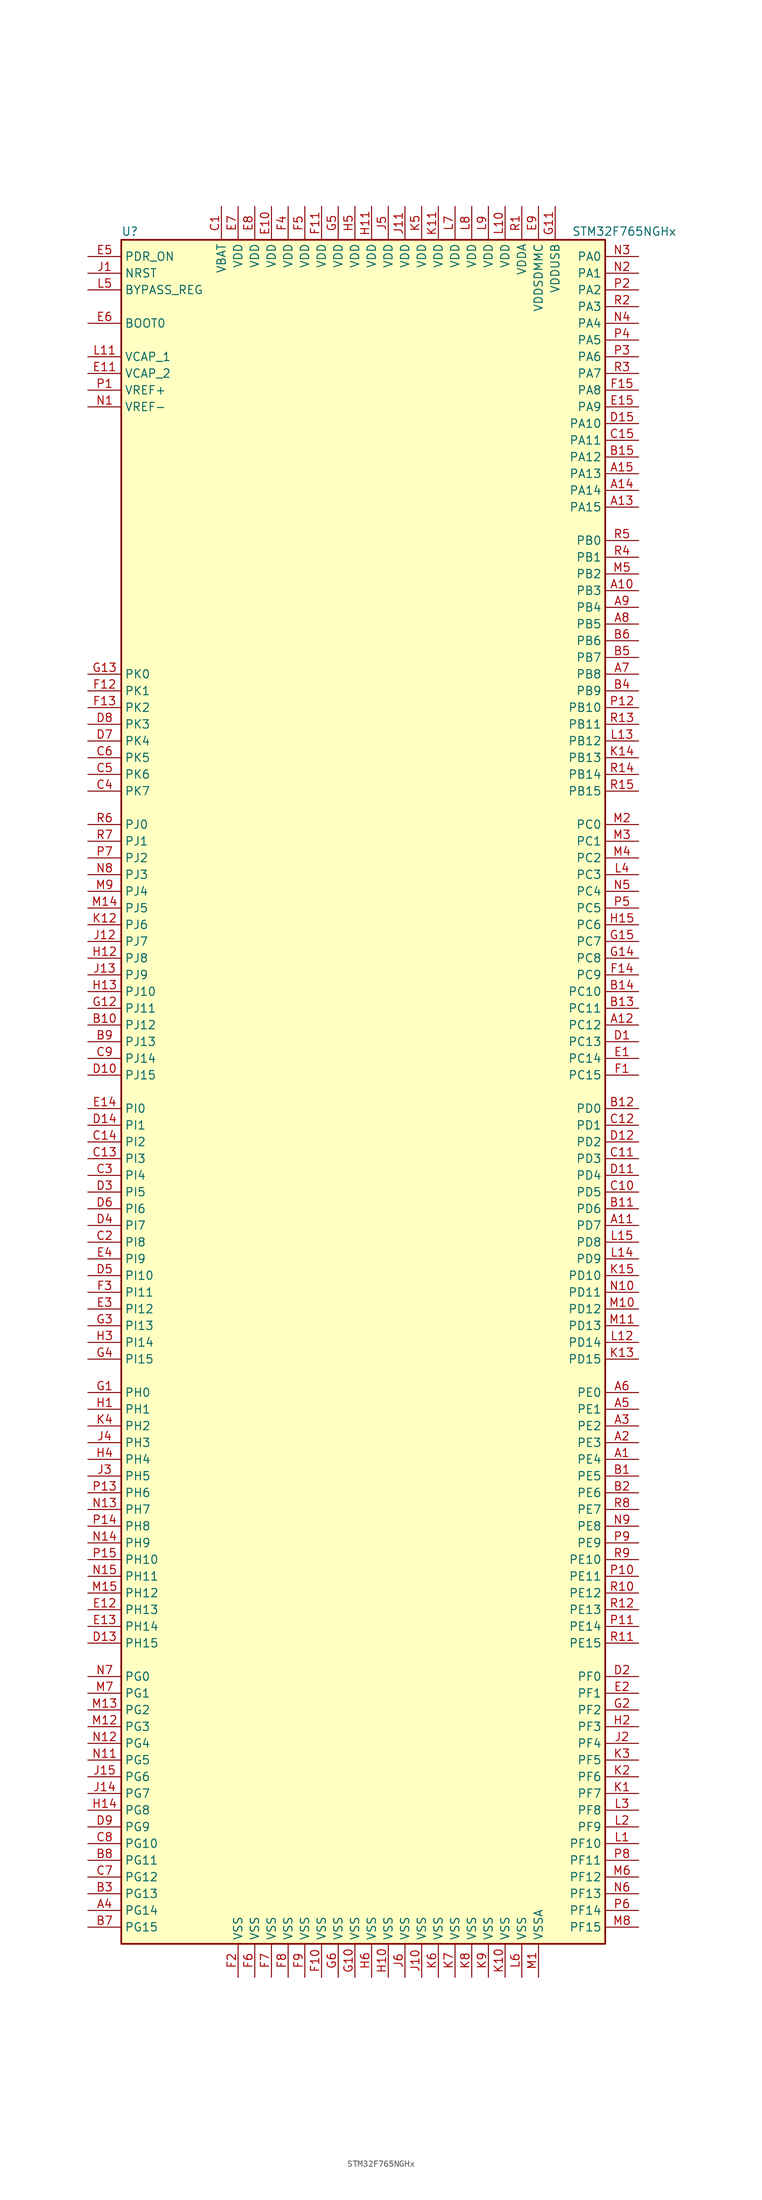
<source format=kicad_sym>
(kicad_symbol_lib
  (version 20201005)
  (generator kicad_symbol_editor)
  (symbol "STM32F765NGHx"
    (property "Reference" "U"
      (at -38.1 130.81 0)
      (effects (font (size 1.27 1.27)) (justify left)))
    (property "Value" "STM32F765NGHx"
      (at 30.48 130.81 0)
      (effects (font (size 1.27 1.27)) (justify left)))
    (symbol "STM32F765NGHx_0_1"
      (rectangle (start -38.1 -129.54) (end 35.56 129.54) (stroke (width 0.254)) (fill (type background))))
    (symbol "STM32F765NGHx_1_1"
      (pin bidirectional line (at 40.64 -55.88 180) (length 5.08) (name "PE4" (effects (font (size 1.27 1.27)))) (number "A1" (effects (font (size 1.27 1.27)))))
      (pin bidirectional line (at 40.64 76.2 180) (length 5.08) (name "PB3" (effects (font (size 1.27 1.27)))) (number "A10" (effects (font (size 1.27 1.27)))))
      (pin bidirectional line (at 40.64 -20.32 180) (length 5.08) (name "PD7" (effects (font (size 1.27 1.27)))) (number "A11" (effects (font (size 1.27 1.27)))))
      (pin bidirectional line (at 40.64 10.16 180) (length 5.08) (name "PC12" (effects (font (size 1.27 1.27)))) (number "A12" (effects (font (size 1.27 1.27)))))
      (pin bidirectional line (at 40.64 88.9 180) (length 5.08) (name "PA15" (effects (font (size 1.27 1.27)))) (number "A13" (effects (font (size 1.27 1.27)))))
      (pin bidirectional line (at 40.64 91.44 180) (length 5.08) (name "PA14" (effects (font (size 1.27 1.27)))) (number "A14" (effects (font (size 1.27 1.27)))))
      (pin bidirectional line (at 40.64 93.98 180) (length 5.08) (name "PA13" (effects (font (size 1.27 1.27)))) (number "A15" (effects (font (size 1.27 1.27)))))
      (pin bidirectional line (at 40.64 -53.34 180) (length 5.08) (name "PE3" (effects (font (size 1.27 1.27)))) (number "A2" (effects (font (size 1.27 1.27)))))
      (pin bidirectional line (at 40.64 -50.8 180) (length 5.08) (name "PE2" (effects (font (size 1.27 1.27)))) (number "A3" (effects (font (size 1.27 1.27)))))
      (pin bidirectional line (at -43.18 -124.46 0) (length 5.08) (name "PG14" (effects (font (size 1.27 1.27)))) (number "A4" (effects (font (size 1.27 1.27)))))
      (pin bidirectional line (at 40.64 -48.26 180) (length 5.08) (name "PE1" (effects (font (size 1.27 1.27)))) (number "A5" (effects (font (size 1.27 1.27)))))
      (pin bidirectional line (at 40.64 -45.72 180) (length 5.08) (name "PE0" (effects (font (size 1.27 1.27)))) (number "A6" (effects (font (size 1.27 1.27)))))
      (pin bidirectional line (at 40.64 63.5 180) (length 5.08) (name "PB8" (effects (font (size 1.27 1.27)))) (number "A7" (effects (font (size 1.27 1.27)))))
      (pin bidirectional line (at 40.64 71.12 180) (length 5.08) (name "PB5" (effects (font (size 1.27 1.27)))) (number "A8" (effects (font (size 1.27 1.27)))))
      (pin bidirectional line (at 40.64 73.66 180) (length 5.08) (name "PB4" (effects (font (size 1.27 1.27)))) (number "A9" (effects (font (size 1.27 1.27)))))
      (pin bidirectional line (at 40.64 -58.42 180) (length 5.08) (name "PE5" (effects (font (size 1.27 1.27)))) (number "B1" (effects (font (size 1.27 1.27)))))
      (pin bidirectional line (at -43.18 10.16 0) (length 5.08) (name "PJ12" (effects (font (size 1.27 1.27)))) (number "B10" (effects (font (size 1.27 1.27)))))
      (pin bidirectional line (at 40.64 -17.78 180) (length 5.08) (name "PD6" (effects (font (size 1.27 1.27)))) (number "B11" (effects (font (size 1.27 1.27)))))
      (pin bidirectional line (at 40.64 -2.54 180) (length 5.08) (name "PD0" (effects (font (size 1.27 1.27)))) (number "B12" (effects (font (size 1.27 1.27)))))
      (pin bidirectional line (at 40.64 12.7 180) (length 5.08) (name "PC11" (effects (font (size 1.27 1.27)))) (number "B13" (effects (font (size 1.27 1.27)))))
      (pin bidirectional line (at 40.64 15.24 180) (length 5.08) (name "PC10" (effects (font (size 1.27 1.27)))) (number "B14" (effects (font (size 1.27 1.27)))))
      (pin bidirectional line (at 40.64 96.52 180) (length 5.08) (name "PA12" (effects (font (size 1.27 1.27)))) (number "B15" (effects (font (size 1.27 1.27)))))
      (pin bidirectional line (at 40.64 -60.96 180) (length 5.08) (name "PE6" (effects (font (size 1.27 1.27)))) (number "B2" (effects (font (size 1.27 1.27)))))
      (pin bidirectional line (at -43.18 -121.92 0) (length 5.08) (name "PG13" (effects (font (size 1.27 1.27)))) (number "B3" (effects (font (size 1.27 1.27)))))
      (pin bidirectional line (at 40.64 60.96 180) (length 5.08) (name "PB9" (effects (font (size 1.27 1.27)))) (number "B4" (effects (font (size 1.27 1.27)))))
      (pin bidirectional line (at 40.64 66.04 180) (length 5.08) (name "PB7" (effects (font (size 1.27 1.27)))) (number "B5" (effects (font (size 1.27 1.27)))))
      (pin bidirectional line (at 40.64 68.58 180) (length 5.08) (name "PB6" (effects (font (size 1.27 1.27)))) (number "B6" (effects (font (size 1.27 1.27)))))
      (pin bidirectional line (at -43.18 -127 0) (length 5.08) (name "PG15" (effects (font (size 1.27 1.27)))) (number "B7" (effects (font (size 1.27 1.27)))))
      (pin bidirectional line (at -43.18 -116.84 0) (length 5.08) (name "PG11" (effects (font (size 1.27 1.27)))) (number "B8" (effects (font (size 1.27 1.27)))))
      (pin bidirectional line (at -43.18 7.62 0) (length 5.08) (name "PJ13" (effects (font (size 1.27 1.27)))) (number "B9" (effects (font (size 1.27 1.27)))))
      (pin power_in line (at -22.86 134.62 270) (length 5.08) (name "VBAT" (effects (font (size 1.27 1.27)))) (number "C1" (effects (font (size 1.27 1.27)))))
      (pin bidirectional line (at 40.64 -15.24 180) (length 5.08) (name "PD5" (effects (font (size 1.27 1.27)))) (number "C10" (effects (font (size 1.27 1.27)))))
      (pin bidirectional line (at 40.64 -10.16 180) (length 5.08) (name "PD3" (effects (font (size 1.27 1.27)))) (number "C11" (effects (font (size 1.27 1.27)))))
      (pin bidirectional line (at 40.64 -5.08 180) (length 5.08) (name "PD1" (effects (font (size 1.27 1.27)))) (number "C12" (effects (font (size 1.27 1.27)))))
      (pin bidirectional line (at -43.18 -10.16 0) (length 5.08) (name "PI3" (effects (font (size 1.27 1.27)))) (number "C13" (effects (font (size 1.27 1.27)))))
      (pin bidirectional line (at -43.18 -7.62 0) (length 5.08) (name "PI2" (effects (font (size 1.27 1.27)))) (number "C14" (effects (font (size 1.27 1.27)))))
      (pin bidirectional line (at 40.64 99.06 180) (length 5.08) (name "PA11" (effects (font (size 1.27 1.27)))) (number "C15" (effects (font (size 1.27 1.27)))))
      (pin bidirectional line (at -43.18 -22.86 0) (length 5.08) (name "PI8" (effects (font (size 1.27 1.27)))) (number "C2" (effects (font (size 1.27 1.27)))))
      (pin bidirectional line (at -43.18 -12.7 0) (length 5.08) (name "PI4" (effects (font (size 1.27 1.27)))) (number "C3" (effects (font (size 1.27 1.27)))))
      (pin bidirectional line (at -43.18 45.72 0) (length 5.08) (name "PK7" (effects (font (size 1.27 1.27)))) (number "C4" (effects (font (size 1.27 1.27)))))
      (pin bidirectional line (at -43.18 48.26 0) (length 5.08) (name "PK6" (effects (font (size 1.27 1.27)))) (number "C5" (effects (font (size 1.27 1.27)))))
      (pin bidirectional line (at -43.18 50.8 0) (length 5.08) (name "PK5" (effects (font (size 1.27 1.27)))) (number "C6" (effects (font (size 1.27 1.27)))))
      (pin bidirectional line (at -43.18 -119.38 0) (length 5.08) (name "PG12" (effects (font (size 1.27 1.27)))) (number "C7" (effects (font (size 1.27 1.27)))))
      (pin bidirectional line (at -43.18 -114.3 0) (length 5.08) (name "PG10" (effects (font (size 1.27 1.27)))) (number "C8" (effects (font (size 1.27 1.27)))))
      (pin bidirectional line (at -43.18 5.08 0) (length 5.08) (name "PJ14" (effects (font (size 1.27 1.27)))) (number "C9" (effects (font (size 1.27 1.27)))))
      (pin bidirectional line (at 40.64 7.62 180) (length 5.08) (name "PC13" (effects (font (size 1.27 1.27)))) (number "D1" (effects (font (size 1.27 1.27)))))
      (pin bidirectional line (at -43.18 2.54 0) (length 5.08) (name "PJ15" (effects (font (size 1.27 1.27)))) (number "D10" (effects (font (size 1.27 1.27)))))
      (pin bidirectional line (at 40.64 -12.7 180) (length 5.08) (name "PD4" (effects (font (size 1.27 1.27)))) (number "D11" (effects (font (size 1.27 1.27)))))
      (pin bidirectional line (at 40.64 -7.62 180) (length 5.08) (name "PD2" (effects (font (size 1.27 1.27)))) (number "D12" (effects (font (size 1.27 1.27)))))
      (pin bidirectional line (at -43.18 -83.82 0) (length 5.08) (name "PH15" (effects (font (size 1.27 1.27)))) (number "D13" (effects (font (size 1.27 1.27)))))
      (pin bidirectional line (at -43.18 -5.08 0) (length 5.08) (name "PI1" (effects (font (size 1.27 1.27)))) (number "D14" (effects (font (size 1.27 1.27)))))
      (pin bidirectional line (at 40.64 101.6 180) (length 5.08) (name "PA10" (effects (font (size 1.27 1.27)))) (number "D15" (effects (font (size 1.27 1.27)))))
      (pin bidirectional line (at 40.64 -88.9 180) (length 5.08) (name "PF0" (effects (font (size 1.27 1.27)))) (number "D2" (effects (font (size 1.27 1.27)))))
      (pin bidirectional line (at -43.18 -15.24 0) (length 5.08) (name "PI5" (effects (font (size 1.27 1.27)))) (number "D3" (effects (font (size 1.27 1.27)))))
      (pin bidirectional line (at -43.18 -20.32 0) (length 5.08) (name "PI7" (effects (font (size 1.27 1.27)))) (number "D4" (effects (font (size 1.27 1.27)))))
      (pin bidirectional line (at -43.18 -27.94 0) (length 5.08) (name "PI10" (effects (font (size 1.27 1.27)))) (number "D5" (effects (font (size 1.27 1.27)))))
      (pin bidirectional line (at -43.18 -17.78 0) (length 5.08) (name "PI6" (effects (font (size 1.27 1.27)))) (number "D6" (effects (font (size 1.27 1.27)))))
      (pin bidirectional line (at -43.18 53.34 0) (length 5.08) (name "PK4" (effects (font (size 1.27 1.27)))) (number "D7" (effects (font (size 1.27 1.27)))))
      (pin bidirectional line (at -43.18 55.88 0) (length 5.08) (name "PK3" (effects (font (size 1.27 1.27)))) (number "D8" (effects (font (size 1.27 1.27)))))
      (pin bidirectional line (at -43.18 -111.76 0) (length 5.08) (name "PG9" (effects (font (size 1.27 1.27)))) (number "D9" (effects (font (size 1.27 1.27)))))
      (pin bidirectional line (at 40.64 5.08 180) (length 5.08) (name "PC14" (effects (font (size 1.27 1.27)))) (number "E1" (effects (font (size 1.27 1.27)))))
      (pin power_in line (at -15.24 134.62 270) (length 5.08) (name "VDD" (effects (font (size 1.27 1.27)))) (number "E10" (effects (font (size 1.27 1.27)))))
      (pin power_in line (at -43.18 109.22 0) (length 5.08) (name "VCAP_2" (effects (font (size 1.27 1.27)))) (number "E11" (effects (font (size 1.27 1.27)))))
      (pin bidirectional line (at -43.18 -78.74 0) (length 5.08) (name "PH13" (effects (font (size 1.27 1.27)))) (number "E12" (effects (font (size 1.27 1.27)))))
      (pin bidirectional line (at -43.18 -81.28 0) (length 5.08) (name "PH14" (effects (font (size 1.27 1.27)))) (number "E13" (effects (font (size 1.27 1.27)))))
      (pin bidirectional line (at -43.18 -2.54 0) (length 5.08) (name "PI0" (effects (font (size 1.27 1.27)))) (number "E14" (effects (font (size 1.27 1.27)))))
      (pin bidirectional line (at 40.64 104.14 180) (length 5.08) (name "PA9" (effects (font (size 1.27 1.27)))) (number "E15" (effects (font (size 1.27 1.27)))))
      (pin bidirectional line (at 40.64 -91.44 180) (length 5.08) (name "PF1" (effects (font (size 1.27 1.27)))) (number "E2" (effects (font (size 1.27 1.27)))))
      (pin bidirectional line (at -43.18 -33.02 0) (length 5.08) (name "PI12" (effects (font (size 1.27 1.27)))) (number "E3" (effects (font (size 1.27 1.27)))))
      (pin bidirectional line (at -43.18 -25.4 0) (length 5.08) (name "PI9" (effects (font (size 1.27 1.27)))) (number "E4" (effects (font (size 1.27 1.27)))))
      (pin input line (at -43.18 127 0) (length 5.08) (name "PDR_ON" (effects (font (size 1.27 1.27)))) (number "E5" (effects (font (size 1.27 1.27)))))
      (pin input line (at -43.18 116.84 0) (length 5.08) (name "BOOT0" (effects (font (size 1.27 1.27)))) (number "E6" (effects (font (size 1.27 1.27)))))
      (pin power_in line (at -20.32 134.62 270) (length 5.08) (name "VDD" (effects (font (size 1.27 1.27)))) (number "E7" (effects (font (size 1.27 1.27)))))
      (pin power_in line (at -17.78 134.62 270) (length 5.08) (name "VDD" (effects (font (size 1.27 1.27)))) (number "E8" (effects (font (size 1.27 1.27)))))
      (pin power_in line (at 25.4 134.62 270) (length 5.08) (name "VDDSDMMC" (effects (font (size 1.27 1.27)))) (number "E9" (effects (font (size 1.27 1.27)))))
      (pin bidirectional line (at 40.64 2.54 180) (length 5.08) (name "PC15" (effects (font (size 1.27 1.27)))) (number "F1" (effects (font (size 1.27 1.27)))))
      (pin power_in line (at -7.62 -134.62 90) (length 5.08) (name "VSS" (effects (font (size 1.27 1.27)))) (number "F10" (effects (font (size 1.27 1.27)))))
      (pin power_in line (at -7.62 134.62 270) (length 5.08) (name "VDD" (effects (font (size 1.27 1.27)))) (number "F11" (effects (font (size 1.27 1.27)))))
      (pin bidirectional line (at -43.18 60.96 0) (length 5.08) (name "PK1" (effects (font (size 1.27 1.27)))) (number "F12" (effects (font (size 1.27 1.27)))))
      (pin bidirectional line (at -43.18 58.42 0) (length 5.08) (name "PK2" (effects (font (size 1.27 1.27)))) (number "F13" (effects (font (size 1.27 1.27)))))
      (pin bidirectional line (at 40.64 17.78 180) (length 5.08) (name "PC9" (effects (font (size 1.27 1.27)))) (number "F14" (effects (font (size 1.27 1.27)))))
      (pin bidirectional line (at 40.64 106.68 180) (length 5.08) (name "PA8" (effects (font (size 1.27 1.27)))) (number "F15" (effects (font (size 1.27 1.27)))))
      (pin power_in line (at -20.32 -134.62 90) (length 5.08) (name "VSS" (effects (font (size 1.27 1.27)))) (number "F2" (effects (font (size 1.27 1.27)))))
      (pin bidirectional line (at -43.18 -30.48 0) (length 5.08) (name "PI11" (effects (font (size 1.27 1.27)))) (number "F3" (effects (font (size 1.27 1.27)))))
      (pin power_in line (at -12.7 134.62 270) (length 5.08) (name "VDD" (effects (font (size 1.27 1.27)))) (number "F4" (effects (font (size 1.27 1.27)))))
      (pin power_in line (at -10.16 134.62 270) (length 5.08) (name "VDD" (effects (font (size 1.27 1.27)))) (number "F5" (effects (font (size 1.27 1.27)))))
      (pin power_in line (at -17.78 -134.62 90) (length 5.08) (name "VSS" (effects (font (size 1.27 1.27)))) (number "F6" (effects (font (size 1.27 1.27)))))
      (pin power_in line (at -15.24 -134.62 90) (length 5.08) (name "VSS" (effects (font (size 1.27 1.27)))) (number "F7" (effects (font (size 1.27 1.27)))))
      (pin power_in line (at -12.7 -134.62 90) (length 5.08) (name "VSS" (effects (font (size 1.27 1.27)))) (number "F8" (effects (font (size 1.27 1.27)))))
      (pin power_in line (at -10.16 -134.62 90) (length 5.08) (name "VSS" (effects (font (size 1.27 1.27)))) (number "F9" (effects (font (size 1.27 1.27)))))
      (pin input line (at -43.18 -45.72 0) (length 5.08) (name "PH0" (effects (font (size 1.27 1.27)))) (number "G1" (effects (font (size 1.27 1.27)))))
      (pin power_in line (at -2.54 -134.62 90) (length 5.08) (name "VSS" (effects (font (size 1.27 1.27)))) (number "G10" (effects (font (size 1.27 1.27)))))
      (pin power_in line (at 27.94 134.62 270) (length 5.08) (name "VDDUSB" (effects (font (size 1.27 1.27)))) (number "G11" (effects (font (size 1.27 1.27)))))
      (pin bidirectional line (at -43.18 12.7 0) (length 5.08) (name "PJ11" (effects (font (size 1.27 1.27)))) (number "G12" (effects (font (size 1.27 1.27)))))
      (pin bidirectional line (at -43.18 63.5 0) (length 5.08) (name "PK0" (effects (font (size 1.27 1.27)))) (number "G13" (effects (font (size 1.27 1.27)))))
      (pin bidirectional line (at 40.64 20.32 180) (length 5.08) (name "PC8" (effects (font (size 1.27 1.27)))) (number "G14" (effects (font (size 1.27 1.27)))))
      (pin bidirectional line (at 40.64 22.86 180) (length 5.08) (name "PC7" (effects (font (size 1.27 1.27)))) (number "G15" (effects (font (size 1.27 1.27)))))
      (pin bidirectional line (at 40.64 -93.98 180) (length 5.08) (name "PF2" (effects (font (size 1.27 1.27)))) (number "G2" (effects (font (size 1.27 1.27)))))
      (pin bidirectional line (at -43.18 -35.56 0) (length 5.08) (name "PI13" (effects (font (size 1.27 1.27)))) (number "G3" (effects (font (size 1.27 1.27)))))
      (pin bidirectional line (at -43.18 -40.64 0) (length 5.08) (name "PI15" (effects (font (size 1.27 1.27)))) (number "G4" (effects (font (size 1.27 1.27)))))
      (pin power_in line (at -5.08 134.62 270) (length 5.08) (name "VDD" (effects (font (size 1.27 1.27)))) (number "G5" (effects (font (size 1.27 1.27)))))
      (pin power_in line (at -5.08 -134.62 90) (length 5.08) (name "VSS" (effects (font (size 1.27 1.27)))) (number "G6" (effects (font (size 1.27 1.27)))))
      (pin input line (at -43.18 -48.26 0) (length 5.08) (name "PH1" (effects (font (size 1.27 1.27)))) (number "H1" (effects (font (size 1.27 1.27)))))
      (pin power_in line (at 2.54 -134.62 90) (length 5.08) (name "VSS" (effects (font (size 1.27 1.27)))) (number "H10" (effects (font (size 1.27 1.27)))))
      (pin power_in line (at 0 134.62 270) (length 5.08) (name "VDD" (effects (font (size 1.27 1.27)))) (number "H11" (effects (font (size 1.27 1.27)))))
      (pin bidirectional line (at -43.18 20.32 0) (length 5.08) (name "PJ8" (effects (font (size 1.27 1.27)))) (number "H12" (effects (font (size 1.27 1.27)))))
      (pin bidirectional line (at -43.18 15.24 0) (length 5.08) (name "PJ10" (effects (font (size 1.27 1.27)))) (number "H13" (effects (font (size 1.27 1.27)))))
      (pin bidirectional line (at -43.18 -109.22 0) (length 5.08) (name "PG8" (effects (font (size 1.27 1.27)))) (number "H14" (effects (font (size 1.27 1.27)))))
      (pin bidirectional line (at 40.64 25.4 180) (length 5.08) (name "PC6" (effects (font (size 1.27 1.27)))) (number "H15" (effects (font (size 1.27 1.27)))))
      (pin bidirectional line (at 40.64 -96.52 180) (length 5.08) (name "PF3" (effects (font (size 1.27 1.27)))) (number "H2" (effects (font (size 1.27 1.27)))))
      (pin bidirectional line (at -43.18 -38.1 0) (length 5.08) (name "PI14" (effects (font (size 1.27 1.27)))) (number "H3" (effects (font (size 1.27 1.27)))))
      (pin bidirectional line (at -43.18 -55.88 0) (length 5.08) (name "PH4" (effects (font (size 1.27 1.27)))) (number "H4" (effects (font (size 1.27 1.27)))))
      (pin power_in line (at -2.54 134.62 270) (length 5.08) (name "VDD" (effects (font (size 1.27 1.27)))) (number "H5" (effects (font (size 1.27 1.27)))))
      (pin power_in line (at 0 -134.62 90) (length 5.08) (name "VSS" (effects (font (size 1.27 1.27)))) (number "H6" (effects (font (size 1.27 1.27)))))
      (pin input line (at -43.18 124.46 0) (length 5.08) (name "NRST" (effects (font (size 1.27 1.27)))) (number "J1" (effects (font (size 1.27 1.27)))))
      (pin power_in line (at 7.62 -134.62 90) (length 5.08) (name "VSS" (effects (font (size 1.27 1.27)))) (number "J10" (effects (font (size 1.27 1.27)))))
      (pin power_in line (at 5.08 134.62 270) (length 5.08) (name "VDD" (effects (font (size 1.27 1.27)))) (number "J11" (effects (font (size 1.27 1.27)))))
      (pin bidirectional line (at -43.18 22.86 0) (length 5.08) (name "PJ7" (effects (font (size 1.27 1.27)))) (number "J12" (effects (font (size 1.27 1.27)))))
      (pin bidirectional line (at -43.18 17.78 0) (length 5.08) (name "PJ9" (effects (font (size 1.27 1.27)))) (number "J13" (effects (font (size 1.27 1.27)))))
      (pin bidirectional line (at -43.18 -106.68 0) (length 5.08) (name "PG7" (effects (font (size 1.27 1.27)))) (number "J14" (effects (font (size 1.27 1.27)))))
      (pin bidirectional line (at -43.18 -104.14 0) (length 5.08) (name "PG6" (effects (font (size 1.27 1.27)))) (number "J15" (effects (font (size 1.27 1.27)))))
      (pin bidirectional line (at 40.64 -99.06 180) (length 5.08) (name "PF4" (effects (font (size 1.27 1.27)))) (number "J2" (effects (font (size 1.27 1.27)))))
      (pin bidirectional line (at -43.18 -58.42 0) (length 5.08) (name "PH5" (effects (font (size 1.27 1.27)))) (number "J3" (effects (font (size 1.27 1.27)))))
      (pin bidirectional line (at -43.18 -53.34 0) (length 5.08) (name "PH3" (effects (font (size 1.27 1.27)))) (number "J4" (effects (font (size 1.27 1.27)))))
      (pin power_in line (at 2.54 134.62 270) (length 5.08) (name "VDD" (effects (font (size 1.27 1.27)))) (number "J5" (effects (font (size 1.27 1.27)))))
      (pin power_in line (at 5.08 -134.62 90) (length 5.08) (name "VSS" (effects (font (size 1.27 1.27)))) (number "J6" (effects (font (size 1.27 1.27)))))
      (pin bidirectional line (at 40.64 -106.68 180) (length 5.08) (name "PF7" (effects (font (size 1.27 1.27)))) (number "K1" (effects (font (size 1.27 1.27)))))
      (pin power_in line (at 20.32 -134.62 90) (length 5.08) (name "VSS" (effects (font (size 1.27 1.27)))) (number "K10" (effects (font (size 1.27 1.27)))))
      (pin power_in line (at 10.16 134.62 270) (length 5.08) (name "VDD" (effects (font (size 1.27 1.27)))) (number "K11" (effects (font (size 1.27 1.27)))))
      (pin bidirectional line (at -43.18 25.4 0) (length 5.08) (name "PJ6" (effects (font (size 1.27 1.27)))) (number "K12" (effects (font (size 1.27 1.27)))))
      (pin bidirectional line (at 40.64 -40.64 180) (length 5.08) (name "PD15" (effects (font (size 1.27 1.27)))) (number "K13" (effects (font (size 1.27 1.27)))))
      (pin bidirectional line (at 40.64 50.8 180) (length 5.08) (name "PB13" (effects (font (size 1.27 1.27)))) (number "K14" (effects (font (size 1.27 1.27)))))
      (pin bidirectional line (at 40.64 -27.94 180) (length 5.08) (name "PD10" (effects (font (size 1.27 1.27)))) (number "K15" (effects (font (size 1.27 1.27)))))
      (pin bidirectional line (at 40.64 -104.14 180) (length 5.08) (name "PF6" (effects (font (size 1.27 1.27)))) (number "K2" (effects (font (size 1.27 1.27)))))
      (pin bidirectional line (at 40.64 -101.6 180) (length 5.08) (name "PF5" (effects (font (size 1.27 1.27)))) (number "K3" (effects (font (size 1.27 1.27)))))
      (pin bidirectional line (at -43.18 -50.8 0) (length 5.08) (name "PH2" (effects (font (size 1.27 1.27)))) (number "K4" (effects (font (size 1.27 1.27)))))
      (pin power_in line (at 7.62 134.62 270) (length 5.08) (name "VDD" (effects (font (size 1.27 1.27)))) (number "K5" (effects (font (size 1.27 1.27)))))
      (pin power_in line (at 10.16 -134.62 90) (length 5.08) (name "VSS" (effects (font (size 1.27 1.27)))) (number "K6" (effects (font (size 1.27 1.27)))))
      (pin power_in line (at 12.7 -134.62 90) (length 5.08) (name "VSS" (effects (font (size 1.27 1.27)))) (number "K7" (effects (font (size 1.27 1.27)))))
      (pin power_in line (at 15.24 -134.62 90) (length 5.08) (name "VSS" (effects (font (size 1.27 1.27)))) (number "K8" (effects (font (size 1.27 1.27)))))
      (pin power_in line (at 17.78 -134.62 90) (length 5.08) (name "VSS" (effects (font (size 1.27 1.27)))) (number "K9" (effects (font (size 1.27 1.27)))))
      (pin bidirectional line (at 40.64 -114.3 180) (length 5.08) (name "PF10" (effects (font (size 1.27 1.27)))) (number "L1" (effects (font (size 1.27 1.27)))))
      (pin power_in line (at 20.32 134.62 270) (length 5.08) (name "VDD" (effects (font (size 1.27 1.27)))) (number "L10" (effects (font (size 1.27 1.27)))))
      (pin power_in line (at -43.18 111.76 0) (length 5.08) (name "VCAP_1" (effects (font (size 1.27 1.27)))) (number "L11" (effects (font (size 1.27 1.27)))))
      (pin bidirectional line (at 40.64 -38.1 180) (length 5.08) (name "PD14" (effects (font (size 1.27 1.27)))) (number "L12" (effects (font (size 1.27 1.27)))))
      (pin bidirectional line (at 40.64 53.34 180) (length 5.08) (name "PB12" (effects (font (size 1.27 1.27)))) (number "L13" (effects (font (size 1.27 1.27)))))
      (pin bidirectional line (at 40.64 -25.4 180) (length 5.08) (name "PD9" (effects (font (size 1.27 1.27)))) (number "L14" (effects (font (size 1.27 1.27)))))
      (pin bidirectional line (at 40.64 -22.86 180) (length 5.08) (name "PD8" (effects (font (size 1.27 1.27)))) (number "L15" (effects (font (size 1.27 1.27)))))
      (pin bidirectional line (at 40.64 -111.76 180) (length 5.08) (name "PF9" (effects (font (size 1.27 1.27)))) (number "L2" (effects (font (size 1.27 1.27)))))
      (pin bidirectional line (at 40.64 -109.22 180) (length 5.08) (name "PF8" (effects (font (size 1.27 1.27)))) (number "L3" (effects (font (size 1.27 1.27)))))
      (pin bidirectional line (at 40.64 33.02 180) (length 5.08) (name "PC3" (effects (font (size 1.27 1.27)))) (number "L4" (effects (font (size 1.27 1.27)))))
      (pin input line (at -43.18 121.92 0) (length 5.08) (name "BYPASS_REG" (effects (font (size 1.27 1.27)))) (number "L5" (effects (font (size 1.27 1.27)))))
      (pin power_in line (at 22.86 -134.62 90) (length 5.08) (name "VSS" (effects (font (size 1.27 1.27)))) (number "L6" (effects (font (size 1.27 1.27)))))
      (pin power_in line (at 12.7 134.62 270) (length 5.08) (name "VDD" (effects (font (size 1.27 1.27)))) (number "L7" (effects (font (size 1.27 1.27)))))
      (pin power_in line (at 15.24 134.62 270) (length 5.08) (name "VDD" (effects (font (size 1.27 1.27)))) (number "L8" (effects (font (size 1.27 1.27)))))
      (pin power_in line (at 17.78 134.62 270) (length 5.08) (name "VDD" (effects (font (size 1.27 1.27)))) (number "L9" (effects (font (size 1.27 1.27)))))
      (pin power_in line (at 25.4 -134.62 90) (length 5.08) (name "VSSA" (effects (font (size 1.27 1.27)))) (number "M1" (effects (font (size 1.27 1.27)))))
      (pin bidirectional line (at 40.64 -33.02 180) (length 5.08) (name "PD12" (effects (font (size 1.27 1.27)))) (number "M10" (effects (font (size 1.27 1.27)))))
      (pin bidirectional line (at 40.64 -35.56 180) (length 5.08) (name "PD13" (effects (font (size 1.27 1.27)))) (number "M11" (effects (font (size 1.27 1.27)))))
      (pin bidirectional line (at -43.18 -96.52 0) (length 5.08) (name "PG3" (effects (font (size 1.27 1.27)))) (number "M12" (effects (font (size 1.27 1.27)))))
      (pin bidirectional line (at -43.18 -93.98 0) (length 5.08) (name "PG2" (effects (font (size 1.27 1.27)))) (number "M13" (effects (font (size 1.27 1.27)))))
      (pin bidirectional line (at -43.18 27.94 0) (length 5.08) (name "PJ5" (effects (font (size 1.27 1.27)))) (number "M14" (effects (font (size 1.27 1.27)))))
      (pin bidirectional line (at -43.18 -76.2 0) (length 5.08) (name "PH12" (effects (font (size 1.27 1.27)))) (number "M15" (effects (font (size 1.27 1.27)))))
      (pin bidirectional line (at 40.64 40.64 180) (length 5.08) (name "PC0" (effects (font (size 1.27 1.27)))) (number "M2" (effects (font (size 1.27 1.27)))))
      (pin bidirectional line (at 40.64 38.1 180) (length 5.08) (name "PC1" (effects (font (size 1.27 1.27)))) (number "M3" (effects (font (size 1.27 1.27)))))
      (pin bidirectional line (at 40.64 35.56 180) (length 5.08) (name "PC2" (effects (font (size 1.27 1.27)))) (number "M4" (effects (font (size 1.27 1.27)))))
      (pin bidirectional line (at 40.64 78.74 180) (length 5.08) (name "PB2" (effects (font (size 1.27 1.27)))) (number "M5" (effects (font (size 1.27 1.27)))))
      (pin bidirectional line (at 40.64 -119.38 180) (length 5.08) (name "PF12" (effects (font (size 1.27 1.27)))) (number "M6" (effects (font (size 1.27 1.27)))))
      (pin bidirectional line (at -43.18 -91.44 0) (length 5.08) (name "PG1" (effects (font (size 1.27 1.27)))) (number "M7" (effects (font (size 1.27 1.27)))))
      (pin bidirectional line (at 40.64 -127 180) (length 5.08) (name "PF15" (effects (font (size 1.27 1.27)))) (number "M8" (effects (font (size 1.27 1.27)))))
      (pin bidirectional line (at -43.18 30.48 0) (length 5.08) (name "PJ4" (effects (font (size 1.27 1.27)))) (number "M9" (effects (font (size 1.27 1.27)))))
      (pin power_in line (at -43.18 104.14 0) (length 5.08) (name "VREF-" (effects (font (size 1.27 1.27)))) (number "N1" (effects (font (size 1.27 1.27)))))
      (pin bidirectional line (at 40.64 -30.48 180) (length 5.08) (name "PD11" (effects (font (size 1.27 1.27)))) (number "N10" (effects (font (size 1.27 1.27)))))
      (pin bidirectional line (at -43.18 -101.6 0) (length 5.08) (name "PG5" (effects (font (size 1.27 1.27)))) (number "N11" (effects (font (size 1.27 1.27)))))
      (pin bidirectional line (at -43.18 -99.06 0) (length 5.08) (name "PG4" (effects (font (size 1.27 1.27)))) (number "N12" (effects (font (size 1.27 1.27)))))
      (pin bidirectional line (at -43.18 -63.5 0) (length 5.08) (name "PH7" (effects (font (size 1.27 1.27)))) (number "N13" (effects (font (size 1.27 1.27)))))
      (pin bidirectional line (at -43.18 -68.58 0) (length 5.08) (name "PH9" (effects (font (size 1.27 1.27)))) (number "N14" (effects (font (size 1.27 1.27)))))
      (pin bidirectional line (at -43.18 -73.66 0) (length 5.08) (name "PH11" (effects (font (size 1.27 1.27)))) (number "N15" (effects (font (size 1.27 1.27)))))
      (pin bidirectional line (at 40.64 124.46 180) (length 5.08) (name "PA1" (effects (font (size 1.27 1.27)))) (number "N2" (effects (font (size 1.27 1.27)))))
      (pin bidirectional line (at 40.64 127 180) (length 5.08) (name "PA0" (effects (font (size 1.27 1.27)))) (number "N3" (effects (font (size 1.27 1.27)))))
      (pin bidirectional line (at 40.64 116.84 180) (length 5.08) (name "PA4" (effects (font (size 1.27 1.27)))) (number "N4" (effects (font (size 1.27 1.27)))))
      (pin bidirectional line (at 40.64 30.48 180) (length 5.08) (name "PC4" (effects (font (size 1.27 1.27)))) (number "N5" (effects (font (size 1.27 1.27)))))
      (pin bidirectional line (at 40.64 -121.92 180) (length 5.08) (name "PF13" (effects (font (size 1.27 1.27)))) (number "N6" (effects (font (size 1.27 1.27)))))
      (pin bidirectional line (at -43.18 -88.9 0) (length 5.08) (name "PG0" (effects (font (size 1.27 1.27)))) (number "N7" (effects (font (size 1.27 1.27)))))
      (pin bidirectional line (at -43.18 33.02 0) (length 5.08) (name "PJ3" (effects (font (size 1.27 1.27)))) (number "N8" (effects (font (size 1.27 1.27)))))
      (pin bidirectional line (at 40.64 -66.04 180) (length 5.08) (name "PE8" (effects (font (size 1.27 1.27)))) (number "N9" (effects (font (size 1.27 1.27)))))
      (pin power_in line (at -43.18 106.68 0) (length 5.08) (name "VREF+" (effects (font (size 1.27 1.27)))) (number "P1" (effects (font (size 1.27 1.27)))))
      (pin bidirectional line (at 40.64 -73.66 180) (length 5.08) (name "PE11" (effects (font (size 1.27 1.27)))) (number "P10" (effects (font (size 1.27 1.27)))))
      (pin bidirectional line (at 40.64 -81.28 180) (length 5.08) (name "PE14" (effects (font (size 1.27 1.27)))) (number "P11" (effects (font (size 1.27 1.27)))))
      (pin bidirectional line (at 40.64 58.42 180) (length 5.08) (name "PB10" (effects (font (size 1.27 1.27)))) (number "P12" (effects (font (size 1.27 1.27)))))
      (pin bidirectional line (at -43.18 -60.96 0) (length 5.08) (name "PH6" (effects (font (size 1.27 1.27)))) (number "P13" (effects (font (size 1.27 1.27)))))
      (pin bidirectional line (at -43.18 -66.04 0) (length 5.08) (name "PH8" (effects (font (size 1.27 1.27)))) (number "P14" (effects (font (size 1.27 1.27)))))
      (pin bidirectional line (at -43.18 -71.12 0) (length 5.08) (name "PH10" (effects (font (size 1.27 1.27)))) (number "P15" (effects (font (size 1.27 1.27)))))
      (pin bidirectional line (at 40.64 121.92 180) (length 5.08) (name "PA2" (effects (font (size 1.27 1.27)))) (number "P2" (effects (font (size 1.27 1.27)))))
      (pin bidirectional line (at 40.64 111.76 180) (length 5.08) (name "PA6" (effects (font (size 1.27 1.27)))) (number "P3" (effects (font (size 1.27 1.27)))))
      (pin bidirectional line (at 40.64 114.3 180) (length 5.08) (name "PA5" (effects (font (size 1.27 1.27)))) (number "P4" (effects (font (size 1.27 1.27)))))
      (pin bidirectional line (at 40.64 27.94 180) (length 5.08) (name "PC5" (effects (font (size 1.27 1.27)))) (number "P5" (effects (font (size 1.27 1.27)))))
      (pin bidirectional line (at 40.64 -124.46 180) (length 5.08) (name "PF14" (effects (font (size 1.27 1.27)))) (number "P6" (effects (font (size 1.27 1.27)))))
      (pin bidirectional line (at -43.18 35.56 0) (length 5.08) (name "PJ2" (effects (font (size 1.27 1.27)))) (number "P7" (effects (font (size 1.27 1.27)))))
      (pin bidirectional line (at 40.64 -116.84 180) (length 5.08) (name "PF11" (effects (font (size 1.27 1.27)))) (number "P8" (effects (font (size 1.27 1.27)))))
      (pin bidirectional line (at 40.64 -68.58 180) (length 5.08) (name "PE9" (effects (font (size 1.27 1.27)))) (number "P9" (effects (font (size 1.27 1.27)))))
      (pin power_in line (at 22.86 134.62 270) (length 5.08) (name "VDDA" (effects (font (size 1.27 1.27)))) (number "R1" (effects (font (size 1.27 1.27)))))
      (pin bidirectional line (at 40.64 -76.2 180) (length 5.08) (name "PE12" (effects (font (size 1.27 1.27)))) (number "R10" (effects (font (size 1.27 1.27)))))
      (pin bidirectional line (at 40.64 -83.82 180) (length 5.08) (name "PE15" (effects (font (size 1.27 1.27)))) (number "R11" (effects (font (size 1.27 1.27)))))
      (pin bidirectional line (at 40.64 -78.74 180) (length 5.08) (name "PE13" (effects (font (size 1.27 1.27)))) (number "R12" (effects (font (size 1.27 1.27)))))
      (pin bidirectional line (at 40.64 55.88 180) (length 5.08) (name "PB11" (effects (font (size 1.27 1.27)))) (number "R13" (effects (font (size 1.27 1.27)))))
      (pin bidirectional line (at 40.64 48.26 180) (length 5.08) (name "PB14" (effects (font (size 1.27 1.27)))) (number "R14" (effects (font (size 1.27 1.27)))))
      (pin bidirectional line (at 40.64 45.72 180) (length 5.08) (name "PB15" (effects (font (size 1.27 1.27)))) (number "R15" (effects (font (size 1.27 1.27)))))
      (pin bidirectional line (at 40.64 119.38 180) (length 5.08) (name "PA3" (effects (font (size 1.27 1.27)))) (number "R2" (effects (font (size 1.27 1.27)))))
      (pin bidirectional line (at 40.64 109.22 180) (length 5.08) (name "PA7" (effects (font (size 1.27 1.27)))) (number "R3" (effects (font (size 1.27 1.27)))))
      (pin bidirectional line (at 40.64 81.28 180) (length 5.08) (name "PB1" (effects (font (size 1.27 1.27)))) (number "R4" (effects (font (size 1.27 1.27)))))
      (pin bidirectional line (at 40.64 83.82 180) (length 5.08) (name "PB0" (effects (font (size 1.27 1.27)))) (number "R5" (effects (font (size 1.27 1.27)))))
      (pin bidirectional line (at -43.18 40.64 0) (length 5.08) (name "PJ0" (effects (font (size 1.27 1.27)))) (number "R6" (effects (font (size 1.27 1.27)))))
      (pin bidirectional line (at -43.18 38.1 0) (length 5.08) (name "PJ1" (effects (font (size 1.27 1.27)))) (number "R7" (effects (font (size 1.27 1.27)))))
      (pin bidirectional line (at 40.64 -63.5 180) (length 5.08) (name "PE7" (effects (font (size 1.27 1.27)))) (number "R8" (effects (font (size 1.27 1.27)))))
      (pin bidirectional line (at 40.64 -71.12 180) (length 5.08) (name "PE10" (effects (font (size 1.27 1.27)))) (number "R9" (effects (font (size 1.27 1.27))))))))
</source>
